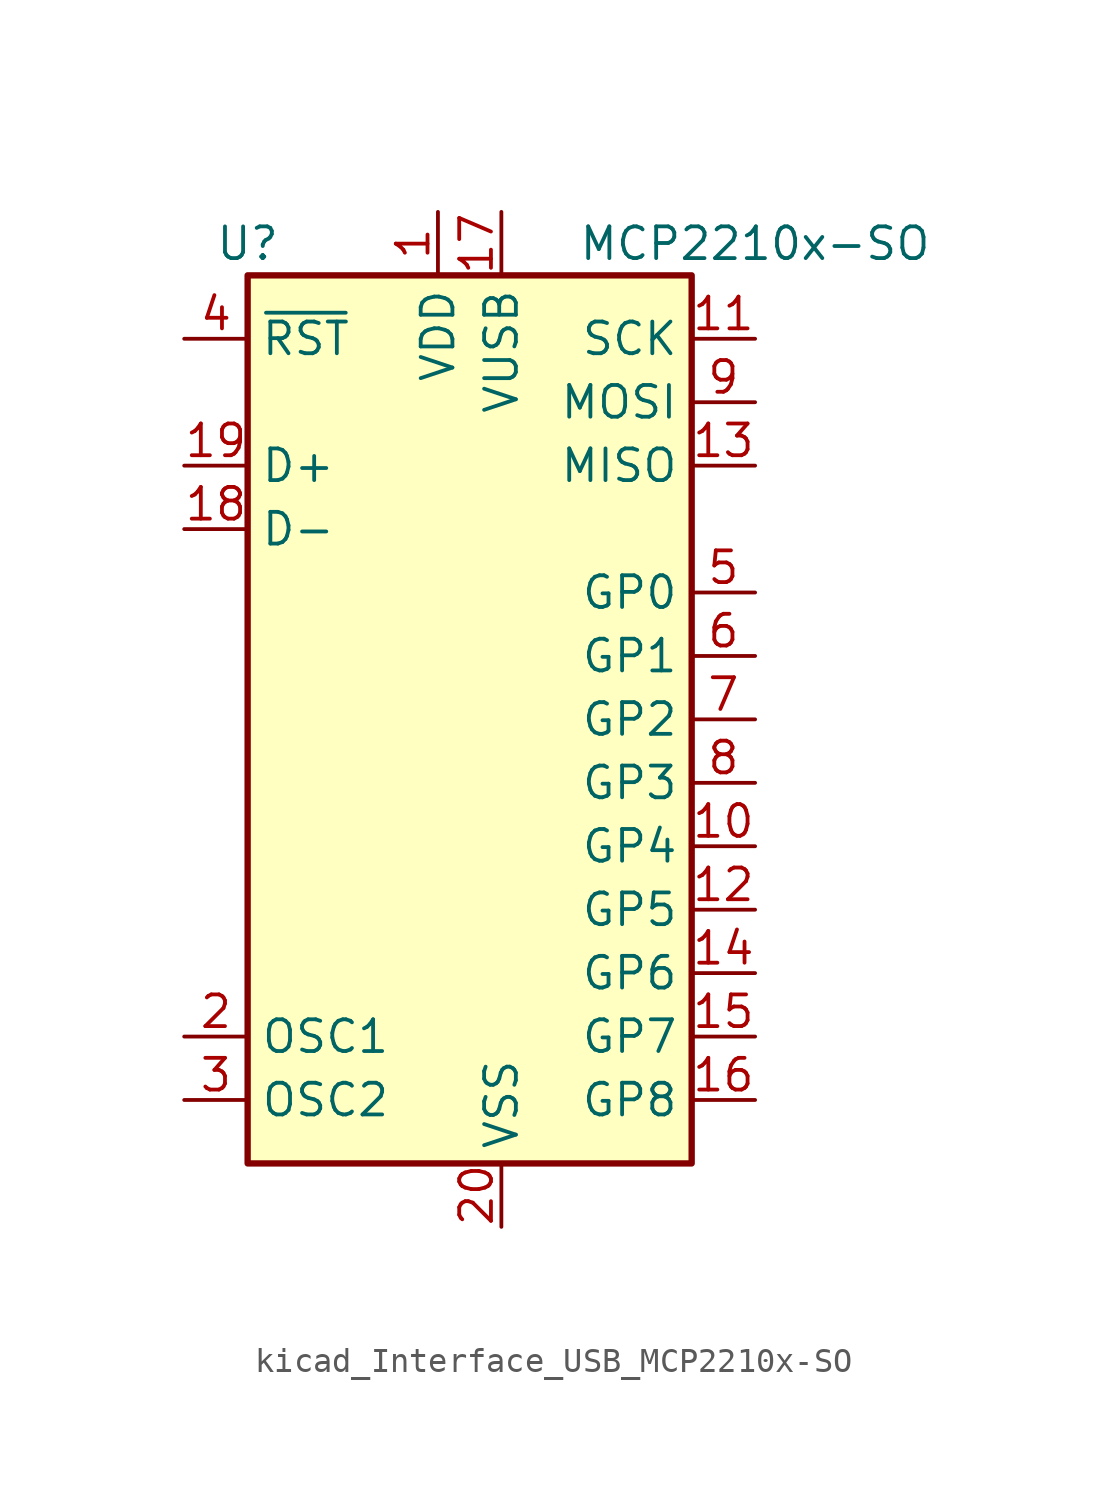
<source format=kicad_sym>
(kicad_symbol_lib
  (version 20220914)
  (generator kicad_symbol_editor)
  (symbol "kicad_Interface_USB_MCP2210x-SO"
    (property "Reference" "U"
      (at -10.16 19.05 0)
      (effects (font (size 1.27 1.27))))
    (property "Value" "MCP2210x-SO"
      (at 10.16 19.05 0)
      (effects (font (size 1.27 1.27))))
    (symbol "kicad_Interface_USB_MCP2210x-SO_0_1"
      (rectangle (start -10.16 17.78) (end 7.62 -17.78) (stroke (width 0.254) (type default)) (fill (type background))))
    (symbol "kicad_Interface_USB_MCP2210x-SO_1_1"
      (pin power_in line (at -2.54 20.32 270) (length 2.54) (name "VDD" (effects (font (size 1.27 1.27)))) (number "1" (effects (font (size 1.27 1.27)))))
      (pin bidirectional line (at 10.16 -5.08 180) (length 2.54) (name "GP4" (effects (font (size 1.27 1.27)))) (number "10" (effects (font (size 1.27 1.27)))))
      (pin output line (at 10.16 15.24 180) (length 2.54) (name "SCK" (effects (font (size 1.27 1.27)))) (number "11" (effects (font (size 1.27 1.27)))))
      (pin bidirectional line (at 10.16 -7.62 180) (length 2.54) (name "GP5" (effects (font (size 1.27 1.27)))) (number "12" (effects (font (size 1.27 1.27)))))
      (pin input line (at 10.16 10.16 180) (length 2.54) (name "MISO" (effects (font (size 1.27 1.27)))) (number "13" (effects (font (size 1.27 1.27)))))
      (pin bidirectional line (at 10.16 -10.16 180) (length 2.54) (name "GP6" (effects (font (size 1.27 1.27)))) (number "14" (effects (font (size 1.27 1.27)))))
      (pin bidirectional line (at 10.16 -12.7 180) (length 2.54) (name "GP7" (effects (font (size 1.27 1.27)))) (number "15" (effects (font (size 1.27 1.27)))))
      (pin bidirectional line (at 10.16 -15.24 180) (length 2.54) (name "GP8" (effects (font (size 1.27 1.27)))) (number "16" (effects (font (size 1.27 1.27)))))
      (pin passive line (at 0 20.32 270) (length 2.54) (name "VUSB" (effects (font (size 1.27 1.27)))) (number "17" (effects (font (size 1.27 1.27)))))
      (pin bidirectional line (at -12.7 7.62 0) (length 2.54) (name "D-" (effects (font (size 1.27 1.27)))) (number "18" (effects (font (size 1.27 1.27)))))
      (pin bidirectional line (at -12.7 10.16 0) (length 2.54) (name "D+" (effects (font (size 1.27 1.27)))) (number "19" (effects (font (size 1.27 1.27)))))
      (pin input line (at -12.7 -12.7 0) (length 2.54) (name "OSC1" (effects (font (size 1.27 1.27)))) (number "2" (effects (font (size 1.27 1.27)))))
      (pin power_in line (at 0 -20.32 90) (length 2.54) (name "VSS" (effects (font (size 1.27 1.27)))) (number "20" (effects (font (size 1.27 1.27)))))
      (pin output line (at -12.7 -15.24 0) (length 2.54) (name "OSC2" (effects (font (size 1.27 1.27)))) (number "3" (effects (font (size 1.27 1.27)))))
      (pin input line (at -12.7 15.24 0) (length 2.54) (name "~{RST}" (effects (font (size 1.27 1.27)))) (number "4" (effects (font (size 1.27 1.27)))))
      (pin bidirectional line (at 10.16 5.08 180) (length 2.54) (name "GP0" (effects (font (size 1.27 1.27)))) (number "5" (effects (font (size 1.27 1.27)))))
      (pin bidirectional line (at 10.16 2.54 180) (length 2.54) (name "GP1" (effects (font (size 1.27 1.27)))) (number "6" (effects (font (size 1.27 1.27)))))
      (pin bidirectional line (at 10.16 0 180) (length 2.54) (name "GP2" (effects (font (size 1.27 1.27)))) (number "7" (effects (font (size 1.27 1.27)))))
      (pin bidirectional line (at 10.16 -2.54 180) (length 2.54) (name "GP3" (effects (font (size 1.27 1.27)))) (number "8" (effects (font (size 1.27 1.27)))))
      (pin output line (at 10.16 12.7 180) (length 2.54) (name "MOSI" (effects (font (size 1.27 1.27)))) (number "9" (effects (font (size 1.27 1.27))))))))
</source>
